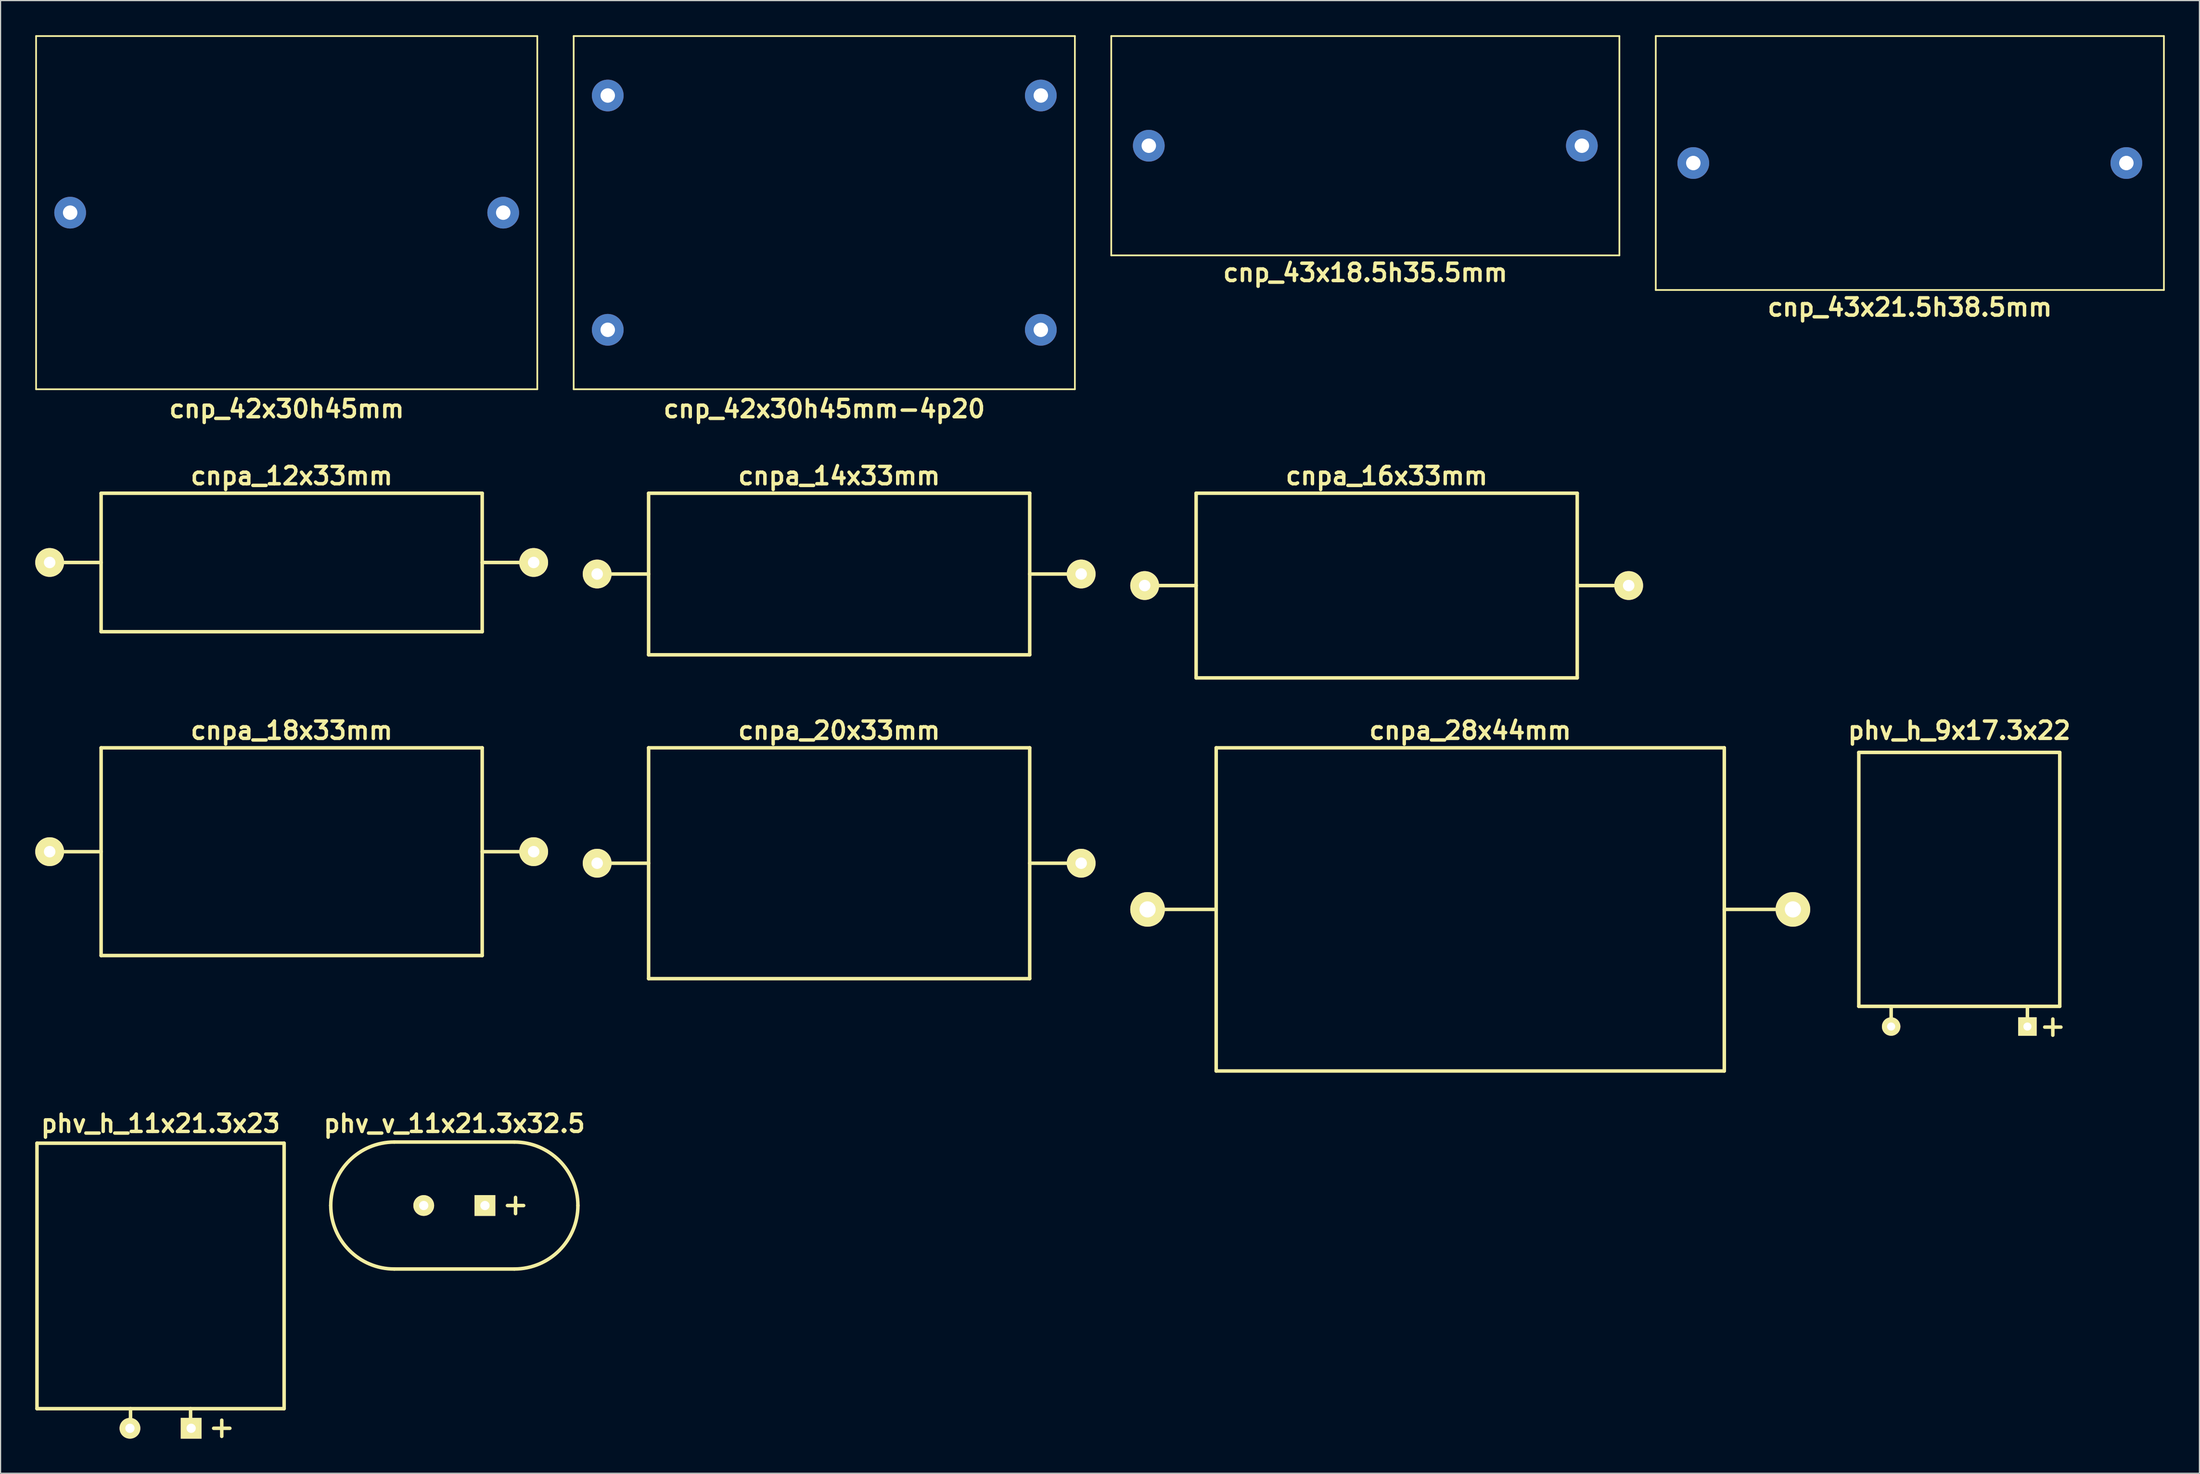
<source format=kicad_pcb>
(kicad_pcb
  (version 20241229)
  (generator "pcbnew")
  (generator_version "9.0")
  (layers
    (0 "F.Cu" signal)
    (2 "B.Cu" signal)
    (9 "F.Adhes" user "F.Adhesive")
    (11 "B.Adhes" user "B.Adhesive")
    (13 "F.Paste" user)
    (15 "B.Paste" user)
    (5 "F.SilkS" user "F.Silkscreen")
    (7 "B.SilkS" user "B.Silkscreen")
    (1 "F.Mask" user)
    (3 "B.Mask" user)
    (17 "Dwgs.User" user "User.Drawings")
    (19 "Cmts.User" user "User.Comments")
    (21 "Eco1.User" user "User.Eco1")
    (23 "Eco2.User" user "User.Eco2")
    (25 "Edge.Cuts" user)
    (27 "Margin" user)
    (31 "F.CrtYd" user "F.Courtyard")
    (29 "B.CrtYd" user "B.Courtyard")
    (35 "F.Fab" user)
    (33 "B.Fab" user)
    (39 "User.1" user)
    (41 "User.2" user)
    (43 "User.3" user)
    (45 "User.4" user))
  (footprint "cnp_43x21.5h38.5mm"
    (layer "F.Cu")
    (at 162.325 11.075)
    (property "Reference" "cnp_43x21.5h38.5mm" (at 0 12.5 0) (layer "F.SilkS") (effects (font (size 1.5 1.5) (thickness 0.3))))
    (attr through_hole)
    (fp_line (start -22 -11) (end 22 -11) (stroke (width 0.15) (type solid)) (layer "F.SilkS"))
    (fp_line (start -22 11) (end -22 -11) (stroke (width 0.15) (type solid)) (layer "F.SilkS"))
    (fp_line (start 22 -11) (end 22 11) (stroke (width 0.15) (type solid)) (layer "F.SilkS"))
    (fp_line (start 22 11) (end -22 11) (stroke (width 0.15) (type solid)) (layer "F.SilkS"))
    (pad "1" thru_hole circle (at 18.75 0) (size 2.75 2.75) (drill 1.25) (layers "*.Cu" "*.Mask"))
    (pad "2" thru_hole circle (at -18.75 0) (size 2.75 2.75) (drill 1.25) (layers "*.Cu" "*.Mask")))
  (footprint "phv_h_9x17.3x22"
    (layer "F.Cu")
    (at 166.606 74.14)
    (property "Reference" "phv_h_9x17.3x22" (at 0 -13.9 0) (layer "F.SilkS") (effects (font (size 1.5 1.5) (thickness 0.3))))
    (attr through_hole)
    (fp_line (start -8.7 -12) (end -8.7 10) (stroke (width 0.305) (type solid)) (layer "F.SilkS"))
    (fp_line (start -8.7 -12) (end 8.7 -12) (stroke (width 0.305) (type solid)) (layer "F.SilkS"))
    (fp_line (start -8.7 10) (end 8.7 10) (stroke (width 0.305) (type solid)) (layer "F.SilkS"))
    (fp_line (start -5.9 11.7) (end -5.9 10) (stroke (width 0.305) (type solid)) (layer "F.SilkS"))
    (fp_line (start 5.9 11.7) (end 5.9 10) (stroke (width 0.305) (type solid)) (layer "F.SilkS"))
    (fp_line (start 7.4 11.8) (end 8.8 11.8) (stroke (width 0.305) (type solid)) (layer "F.SilkS"))
    (fp_line (start 8.1 12.5) (end 8.1 11.1) (stroke (width 0.305) (type solid)) (layer "F.SilkS"))
    (fp_line (start 8.7 -12) (end 8.7 10) (stroke (width 0.305) (type solid)) (layer "F.SilkS"))
    (pad "1" thru_hole rect (at 5.9 11.75) (size 1.6 1.6) (drill 0.7) (layers "*.Cu" "*.Mask" "F.SilkS"))
    (pad "2" thru_hole circle (at -5.9 11.75) (size 1.6 1.6) (drill 0.7) (layers "*.Cu" "*.Mask" "F.SilkS")))
  (footprint "cnp_42x30h45mm-4p20"
    (layer "F.Cu")
    (at 68.325 15.375)
    (property "Reference" "cnp_42x30h45mm-4p20" (at 0 17 0) (layer "F.SilkS") (effects (font (size 1.5 1.5) (thickness 0.3))))
    (attr through_hole)
    (fp_line (start -21.7 -15.3) (end 21.7 -15.3) (stroke (width 0.15) (type solid)) (layer "F.SilkS"))
    (fp_line (start -21.7 15.3) (end -21.7 -15.3) (stroke (width 0.15) (type solid)) (layer "F.SilkS"))
    (fp_line (start 21.7 -15.3) (end 21.7 15.3) (stroke (width 0.15) (type solid)) (layer "F.SilkS"))
    (fp_line (start 21.7 15.3) (end -21.7 15.3) (stroke (width 0.15) (type solid)) (layer "F.SilkS"))
    (pad "1" thru_hole circle (at 18.75 -10.15) (size 2.75 2.75) (drill 1.25) (layers "*.Cu" "*.Mask"))
    (pad "1" thru_hole circle (at 18.75 10.15) (size 2.75 2.75) (drill 1.25) (layers "*.Cu" "*.Mask"))
    (pad "2" thru_hole circle (at -18.75 -10.15) (size 2.75 2.75) (drill 1.25) (layers "*.Cu" "*.Mask"))
    (pad "2" thru_hole circle (at -18.75 10.15) (size 2.75 2.75) (drill 1.25) (layers "*.Cu" "*.Mask")))
  (footprint "cnpa_14x33mm"
    (layer "F.Cu")
    (at 69.614 46.683)
    (property "Reference" "cnpa_14x33mm" (at 0 -8.5 0) (layer "F.SilkS") (effects (font (size 1.5 1.5) (thickness 0.3))))
    (attr through_hole)
    (fp_line (start -16.5 -7) (end -16.5 7) (stroke (width 0.305) (type solid)) (layer "F.SilkS"))
    (fp_line (start -16.5 -7) (end 16.5 -7) (stroke (width 0.305) (type solid)) (layer "F.SilkS"))
    (fp_line (start -16.5 0) (end -21.001 0) (stroke (width 0.305) (type solid)) (layer "F.SilkS"))
    (fp_line (start 16.5 -7) (end 16.5 7) (stroke (width 0.305) (type solid)) (layer "F.SilkS"))
    (fp_line (start 16.5 7) (end -16.5 7) (stroke (width 0.305) (type solid)) (layer "F.SilkS"))
    (fp_line (start 20.998 0) (end 16.497 0) (stroke (width 0.305) (type solid)) (layer "F.SilkS"))
    (pad "1" thru_hole circle (at 20.955 0) (size 2.499 2.499) (drill 0.996) (layers "*.Cu" "*.Mask" "F.SilkS"))
    (pad "2" thru_hole circle (at -20.955 0) (size 2.499 2.499) (drill 0.996) (layers "*.Cu" "*.Mask" "F.SilkS")))
  (footprint "cnpa_20x33mm"
    (layer "F.Cu")
    (at 69.614 71.74)
    (property "Reference" "cnpa_20x33mm" (at 0 -11.5 0) (layer "F.SilkS") (effects (font (size 1.5 1.5) (thickness 0.3))))
    (attr through_hole)
    (fp_line (start -16.5 -10) (end 16.5 -10) (stroke (width 0.305) (type solid)) (layer "F.SilkS"))
    (fp_line (start -16.5 0) (end -21.001 0) (stroke (width 0.305) (type solid)) (layer "F.SilkS"))
    (fp_line (start -16.5 10) (end -16.5 -10) (stroke (width 0.305) (type solid)) (layer "F.SilkS"))
    (fp_line (start 16.5 -10) (end 16.5 10) (stroke (width 0.305) (type solid)) (layer "F.SilkS"))
    (fp_line (start 16.5 10) (end -16.5 10) (stroke (width 0.305) (type solid)) (layer "F.SilkS"))
    (fp_line (start 20.998 0) (end 16.497 0) (stroke (width 0.305) (type solid)) (layer "F.SilkS"))
    (pad "1" thru_hole circle (at 20.955 0) (size 2.499 2.499) (drill 0.996) (layers "*.Cu" "*.Mask" "F.SilkS"))
    (pad "2" thru_hole circle (at -20.955 0) (size 2.499 2.499) (drill 0.996) (layers "*.Cu" "*.Mask" "F.SilkS")))
  (footprint "cnpa_12x33mm"
    (layer "F.Cu")
    (at 22.205 45.683)
    (property "Reference" "cnpa_12x33mm" (at 0 -7.5 0) (layer "F.SilkS") (effects (font (size 1.5 1.5) (thickness 0.3))))
    (attr through_hole)
    (fp_line (start -16.5 -5.999) (end 16.5 -5.999) (stroke (width 0.305) (type solid)) (layer "F.SilkS"))
    (fp_line (start -16.5 0) (end -21.001 0) (stroke (width 0.305) (type solid)) (layer "F.SilkS"))
    (fp_line (start -16.5 5.999) (end -16.5 -5.999) (stroke (width 0.305) (type solid)) (layer "F.SilkS"))
    (fp_line (start 16.5 5.999) (end -16.5 5.999) (stroke (width 0.305) (type solid)) (layer "F.SilkS"))
    (fp_line (start 16.5 6.002) (end 16.5 -5.997) (stroke (width 0.305) (type solid)) (layer "F.SilkS"))
    (fp_line (start 20.998 0) (end 16.497 0) (stroke (width 0.305) (type solid)) (layer "F.SilkS"))
    (pad "1" thru_hole circle (at 20.955 0) (size 2.499 2.499) (drill 0.996) (layers "*.Cu" "*.Mask" "F.SilkS"))
    (pad "2" thru_hole circle (at -20.955 0) (size 2.499 2.499) (drill 0.996) (layers "*.Cu" "*.Mask" "F.SilkS")))
  (footprint "cnpa_16x33mm"
    (layer "F.Cu")
    (at 117.023 47.683)
    (property "Reference" "cnpa_16x33mm" (at 0 -9.5 0) (layer "F.SilkS") (effects (font (size 1.5 1.5) (thickness 0.3))))
    (attr through_hole)
    (fp_line (start -16.5 -8.001) (end 16.5 -8.001) (stroke (width 0.305) (type solid)) (layer "F.SilkS"))
    (fp_line (start -16.5 0) (end -21.001 0) (stroke (width 0.305) (type solid)) (layer "F.SilkS"))
    (fp_line (start -16.5 8.001) (end -16.5 -8.001) (stroke (width 0.305) (type solid)) (layer "F.SilkS"))
    (fp_line (start 16.5 -8.001) (end 16.5 8.001) (stroke (width 0.305) (type solid)) (layer "F.SilkS"))
    (fp_line (start 16.5 8.001) (end -16.5 8.001) (stroke (width 0.305) (type solid)) (layer "F.SilkS"))
    (fp_line (start 20.998 0) (end 16.497 0) (stroke (width 0.305) (type solid)) (layer "F.SilkS"))
    (pad "1" thru_hole circle (at 20.955 0) (size 2.499 2.499) (drill 0.996) (layers "*.Cu" "*.Mask" "F.SilkS"))
    (pad "2" thru_hole circle (at -20.955 0) (size 2.499 2.499) (drill 0.996) (layers "*.Cu" "*.Mask" "F.SilkS")))
  (footprint "phv_v_11x21.3x32.5"
    (layer "F.Cu")
    (at 36.291 101.397)
    (property "Reference" "phv_v_11x21.3x32.5" (at 0 -7.1 0) (layer "F.SilkS") (effects (font (size 1.5 1.5) (thickness 0.3))))
    (attr through_hole)
    (fp_line (start -5.2 -5.5) (end 5.2 -5.5) (stroke (width 0.305) (type solid)) (layer "F.SilkS"))
    (fp_line (start 4.6 0) (end 6 0) (stroke (width 0.305) (type solid)) (layer "F.SilkS"))
    (fp_line (start 5.2 5.5) (end -5.2 5.5) (stroke (width 0.305) (type solid)) (layer "F.SilkS"))
    (fp_line (start 5.3 0.7) (end 5.3 -0.7) (stroke (width 0.305) (type solid)) (layer "F.SilkS"))
    (fp_arc (start -10.7 0) (mid -9.089087 -3.889087) (end -5.2 -5.5) (stroke (width 0.3048) (type solid)) (layer "F.SilkS"))
    (fp_arc (start -5.2 5.5) (mid -9.089087 3.889087) (end -10.7 0) (stroke (width 0.3048) (type solid)) (layer "F.SilkS"))
    (fp_arc (start 5.2 -5.5) (mid 9.089087 -3.889087) (end 10.7 0) (stroke (width 0.3048) (type solid)) (layer "F.SilkS"))
    (fp_arc (start 10.7 0) (mid 9.089087 3.889087) (end 5.2 5.5) (stroke (width 0.3048) (type solid)) (layer "F.SilkS"))
    (pad "1" thru_hole rect (at 2.65 0) (size 1.8 1.8) (drill 0.8) (layers "*.Cu" "*.Mask" "F.SilkS"))
    (pad "2" thru_hole circle (at -2.65 0) (size 1.8 1.8) (drill 0.8) (layers "*.Cu" "*.Mask" "F.SilkS")))
  (footprint "cnp_42x30h45mm"
    (layer "F.Cu")
    (at 21.775 15.375)
    (property "Reference" "cnp_42x30h45mm" (at 0 17 0) (layer "F.SilkS") (effects (font (size 1.5 1.5) (thickness 0.3))))
    (attr through_hole)
    (fp_line (start -21.7 -15.3) (end 21.7 -15.3) (stroke (width 0.15) (type solid)) (layer "F.SilkS"))
    (fp_line (start -21.7 15.3) (end -21.7 -15.3) (stroke (width 0.15) (type solid)) (layer "F.SilkS"))
    (fp_line (start 21.7 -15.3) (end 21.7 15.3) (stroke (width 0.15) (type solid)) (layer "F.SilkS"))
    (fp_line (start 21.7 15.3) (end -21.7 15.3) (stroke (width 0.15) (type solid)) (layer "F.SilkS"))
    (pad "1" thru_hole circle (at 18.75 0) (size 2.75 2.75) (drill 1.25) (layers "*.Cu" "*.Mask"))
    (pad "2" thru_hole circle (at -18.75 0) (size 2.75 2.75) (drill 1.25) (layers "*.Cu" "*.Mask")))
  (footprint "cnpa_18x33mm"
    (layer "F.Cu")
    (at 22.205 70.74)
    (property "Reference" "cnpa_18x33mm" (at 0 -10.5 0) (layer "F.SilkS") (effects (font (size 1.5 1.5) (thickness 0.3))))
    (attr through_hole)
    (fp_line (start -16.5 -8.999) (end -16.5 8.999) (stroke (width 0.305) (type solid)) (layer "F.SilkS"))
    (fp_line (start -16.5 -8.999) (end 16.5 -8.999) (stroke (width 0.305) (type solid)) (layer "F.SilkS"))
    (fp_line (start -16.5 0) (end -21.001 0) (stroke (width 0.305) (type solid)) (layer "F.SilkS"))
    (fp_line (start 16.5 8.999) (end -16.5 8.999) (stroke (width 0.305) (type solid)) (layer "F.SilkS"))
    (fp_line (start 16.5 8.999) (end 16.5 -8.999) (stroke (width 0.305) (type solid)) (layer "F.SilkS"))
    (fp_line (start 20.998 0) (end 16.497 0) (stroke (width 0.305) (type solid)) (layer "F.SilkS"))
    (pad "1" thru_hole circle (at 20.955 0) (size 2.499 2.499) (drill 0.996) (layers "*.Cu" "*.Mask" "F.SilkS"))
    (pad "2" thru_hole circle (at -20.955 0) (size 2.499 2.499) (drill 0.996) (layers "*.Cu" "*.Mask" "F.SilkS")))
  (footprint "cnp_43x18.5h35.5mm"
    (layer "F.Cu")
    (at 115.175 9.575)
    (property "Reference" "cnp_43x18.5h35.5mm" (at 0 11 0) (layer "F.SilkS") (effects (font (size 1.5 1.5) (thickness 0.3))))
    (attr through_hole)
    (fp_line (start -22 -9.5) (end 22 -9.5) (stroke (width 0.15) (type solid)) (layer "F.SilkS"))
    (fp_line (start -22 9.5) (end -22 -9.5) (stroke (width 0.15) (type solid)) (layer "F.SilkS"))
    (fp_line (start 22 -9.5) (end 22 9.5) (stroke (width 0.15) (type solid)) (layer "F.SilkS"))
    (fp_line (start 22 9.5) (end -22 9.5) (stroke (width 0.15) (type solid)) (layer "F.SilkS"))
    (pad "1" thru_hole circle (at 18.75 0) (size 2.75 2.75) (drill 1.25) (layers "*.Cu" "*.Mask"))
    (pad "2" thru_hole circle (at -18.75 0) (size 2.75 2.75) (drill 1.25) (layers "*.Cu" "*.Mask")))
  (footprint "cnpa_28x44mm"
    (layer "F.Cu")
    (at 124.259 75.74)
    (property "Reference" "cnpa_28x44mm" (at 0 -15.5 0) (layer "F.SilkS") (effects (font (size 1.5 1.5) (thickness 0.3))))
    (attr through_hole)
    (fp_line (start -21.999 -14) (end -21.999 14) (stroke (width 0.305) (type solid)) (layer "F.SilkS"))
    (fp_line (start -21.999 0) (end -28.001 0) (stroke (width 0.305) (type solid)) (layer "F.SilkS"))
    (fp_line (start -21.999 14) (end 21.999 14) (stroke (width 0.305) (type solid)) (layer "F.SilkS"))
    (fp_line (start 21.999 -14) (end -21.999 -14) (stroke (width 0.305) (type solid)) (layer "F.SilkS"))
    (fp_line (start 21.999 0) (end 28.001 0) (stroke (width 0.305) (type solid)) (layer "F.SilkS"))
    (fp_line (start 21.999 14) (end 21.999 -14) (stroke (width 0.305) (type solid)) (layer "F.SilkS"))
    (pad "1" thru_hole circle (at 27.94 0) (size 3 3) (drill 1.4) (layers "*.Cu" "*.Mask" "F.SilkS"))
    (pad "2" thru_hole circle (at -27.94 0) (size 3 3) (drill 1.4) (layers "*.Cu" "*.Mask" "F.SilkS")))
  (footprint "phv_h_11x21.3x23"
    (layer "F.Cu")
    (at 10.852 108.497)
    (property "Reference" "phv_h_11x21.3x23" (at 0 -14.2 0) (layer "F.SilkS") (effects (font (size 1.5 1.5) (thickness 0.3))))
    (attr through_hole)
    (fp_line (start -10.7 -12.5) (end 10.7 -12.5) (stroke (width 0.305) (type solid)) (layer "F.SilkS"))
    (fp_line (start -10.7 10.5) (end -10.7 -12.5) (stroke (width 0.305) (type solid)) (layer "F.SilkS"))
    (fp_line (start -10.7 10.5) (end 10.7 10.5) (stroke (width 0.305) (type solid)) (layer "F.SilkS"))
    (fp_line (start -2.6 12.2) (end -2.6 10.5) (stroke (width 0.305) (type solid)) (layer "F.SilkS"))
    (fp_line (start 2.6 12.2) (end 2.6 10.5) (stroke (width 0.305) (type solid)) (layer "F.SilkS"))
    (fp_line (start 4.6 12.2) (end 6 12.2) (stroke (width 0.305) (type solid)) (layer "F.SilkS"))
    (fp_line (start 5.3 12.9) (end 5.3 11.5) (stroke (width 0.305) (type solid)) (layer "F.SilkS"))
    (fp_line (start 10.7 10.5) (end 10.7 -12.5) (stroke (width 0.305) (type solid)) (layer "F.SilkS"))
    (pad "1" thru_hole rect (at 2.65 12.2) (size 1.8 1.8) (drill 0.8) (layers "*.Cu" "*.Mask" "F.SilkS"))
    (pad "2" thru_hole circle (at -2.65 12.2) (size 1.8 1.8) (drill 0.8) (layers "*.Cu" "*.Mask" "F.SilkS")))
  (gr_rect
    (start -3 -3)
    (end 187.4 124.597)
    (stroke (width 0.1) (type default))
    (fill no)
    (layer "Edge.Cuts")))
</source>
